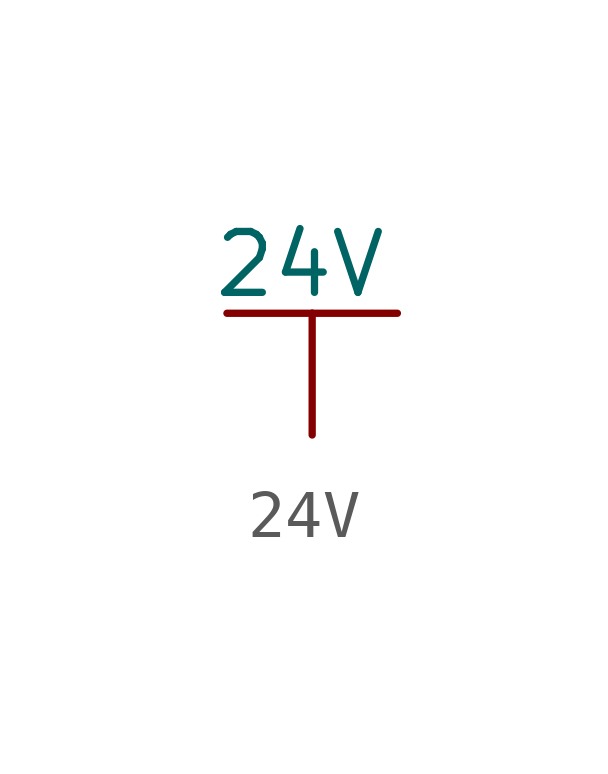
<source format=kicad_sym>
(kicad_symbol_lib
  (version 20220914)
  (generator kicad_symbol_editor)
  (symbol "24V"
    (power)
    (pin_numbers hide)
    (pin_names
      (offset 0) hide)
    (property "Reference" "#PWR"
      (at 0 -3.81 0)
      (effects (font (size 1.27 1.27)) hide))
    (property "Value" "24V"
      (at -0.254 3.556 0)
      (effects (font (size 1.27 1.27))))
    (property "Footprint" ""
      (at 0 0 0)
      (effects (font (size 1.524 1.524))))
    (property "Datasheet" ""
      (at 0 0 0)
      (effects (font (size 1.524 1.524))))
    (symbol "24V_0_1"
      (polyline (pts (xy -1.778 2.54) (xy 0 2.54)) (stroke (width 0) (type default)) (fill (type none)))
      (polyline (pts (xy 0 0) (xy 0 2.54)) (stroke (width 0) (type default)) (fill (type none)))
      (polyline (pts (xy 0 2.54) (xy 1.778 2.54)) (stroke (width 0) (type default)) (fill (type none))))
    (symbol "24V_1_1"
      (pin power_in line (at 0 0 90) (length 0) hide (name "24V" (effects (font (size 1.27 1.27)))) (number "1" (effects (font (size 1.27 1.27))))))))
</source>
